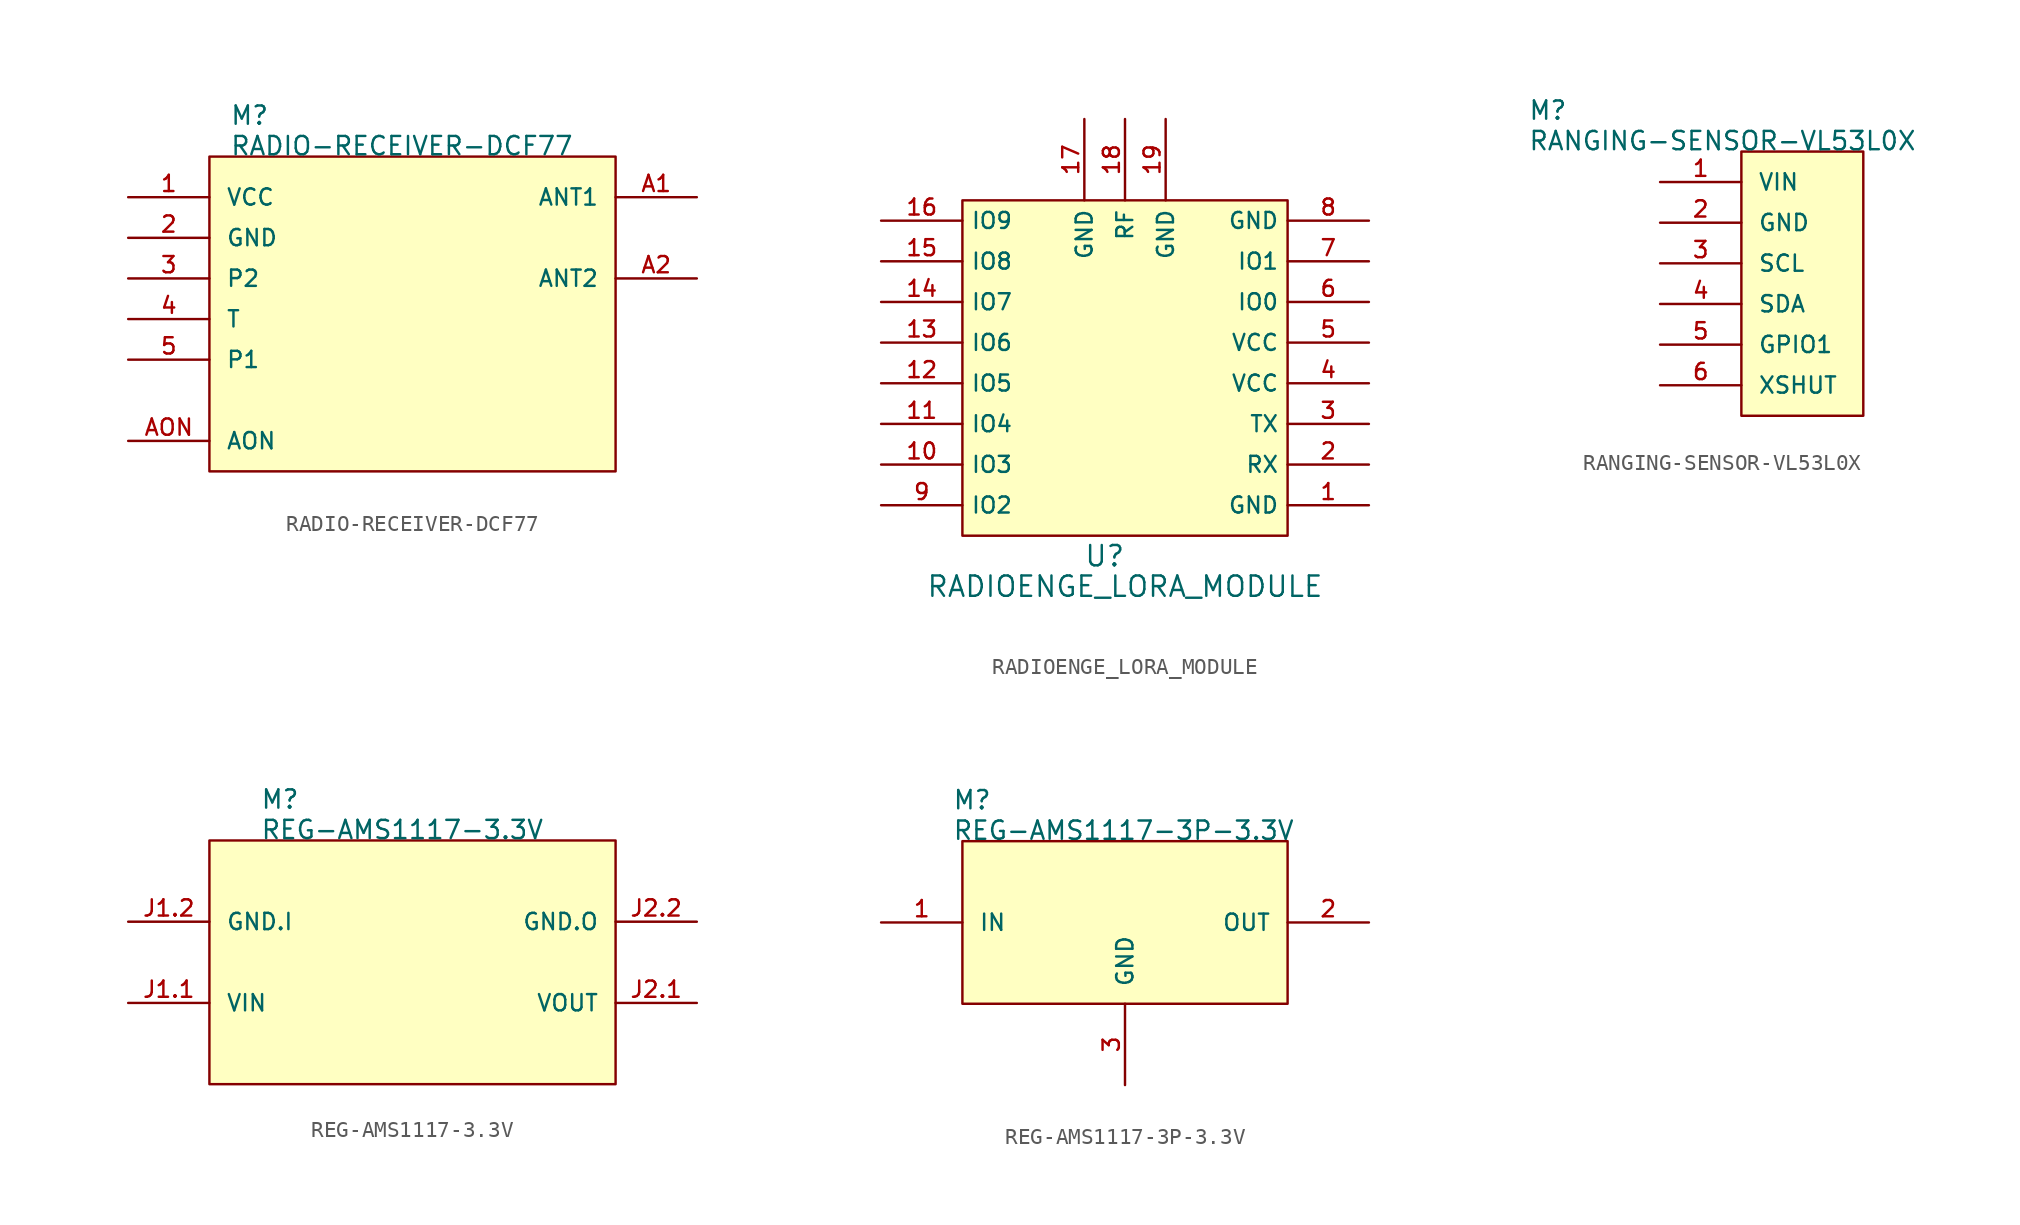
<source format=kicad_sym>
(kicad_symbol_lib
  (version 20231120)
  (generator "kicad_symbol_editor")
  (generator_version "8.0")
  (symbol "RADIO-RECEIVER-DCF77"
    (pin_names
      (offset 1.016))
    (property "Reference" "M"
      (at -10.795 10.795 0)
      (effects (font (size 1.143 1.143)) (justify left bottom)))
    (property "Value" "RADIO-RECEIVER-DCF77"
      (at -10.795 8.89 0)
      (effects (font (size 1.143 1.143)) (justify left bottom)))
    (property "ki_locked" ""
      (at 0 0 0)
      (effects (font (size 1.27 1.27))))
    (symbol "RADIO-RECEIVER-DCF77_1_1"
      (rectangle (start -12.065 8.89) (end 13.335 -10.795) (stroke (width 0) (type default)) (fill (type background)))
      (pin power_in line (at -17.145 6.35 0) (length 5.08) (name "VCC" (effects (font (size 1.016 1.016)))) (number "1" (effects (font (size 1.016 1.016)))))
      (pin power_in line (at -17.145 3.81 0) (length 5.08) (name "GND" (effects (font (size 1.016 1.016)))) (number "2" (effects (font (size 1.016 1.016)))))
      (pin bidirectional line (at -17.145 1.27 0) (length 5.08) (name "P2" (effects (font (size 1.016 1.016)))) (number "3" (effects (font (size 1.016 1.016)))))
      (pin output line (at -17.145 -1.27 0) (length 5.08) (name "T" (effects (font (size 1.016 1.016)))) (number "4" (effects (font (size 1.016 1.016)))))
      (pin bidirectional line (at -17.145 -3.81 0) (length 5.08) (name "P1" (effects (font (size 1.016 1.016)))) (number "5" (effects (font (size 1.016 1.016)))))
      (pin passive line (at 18.415 6.35 180) (length 5.08) (name "ANT1" (effects (font (size 1.016 1.016)))) (number "A1" (effects (font (size 1.016 1.016)))))
      (pin passive line (at 18.415 1.27 180) (length 5.08) (name "ANT2" (effects (font (size 1.016 1.016)))) (number "A2" (effects (font (size 1.016 1.016)))))
      (pin bidirectional line (at -17.145 -8.89 0) (length 5.08) (name "AON" (effects (font (size 1.016 1.016)))) (number "AON" (effects (font (size 1.016 1.016)))))))
  (symbol "RADIOENGE_LORA_MODULE"
    (property "Reference" "U"
      (at -1.27 -12.065 0)
      (effects (font (size 1.27 1.27))))
    (property "Value" "RADIOENGE_LORA_MODULE"
      (at 0 -13.97 0)
      (effects (font (size 1.27 1.27))))
    (symbol "RADIOENGE_LORA_MODULE_0_1"
      (rectangle (start -10.16 10.16) (end 10.16 -10.795) (stroke (width 0) (type default)) (fill (type background))))
    (symbol "RADIOENGE_LORA_MODULE_1_1"
      (pin power_in line (at 15.24 -8.89 180) (length 5.08) (name "GND" (effects (font (size 1 1)))) (number "1" (effects (font (size 1 1)))))
      (pin bidirectional line (at -15.24 -6.35 0) (length 5.08) (name "IO3" (effects (font (size 1 1)))) (number "10" (effects (font (size 1 1)))))
      (pin power_in line (at -15.24 -3.81 0) (length 5.08) (name "IO4" (effects (font (size 1 1)))) (number "11" (effects (font (size 1 1)))))
      (pin bidirectional line (at -15.24 -1.27 0) (length 5.08) (name "IO5" (effects (font (size 1 1)))) (number "12" (effects (font (size 1 1)))))
      (pin power_in line (at -15.24 1.27 0) (length 5.08) (name "IO6" (effects (font (size 1 1)))) (number "13" (effects (font (size 1 1)))))
      (pin power_in line (at -15.24 3.81 0) (length 5.08) (name "IO7" (effects (font (size 1 1)))) (number "14" (effects (font (size 1 1)))))
      (pin power_in line (at -15.24 6.35 0) (length 5.08) (name "IO8" (effects (font (size 1 1)))) (number "15" (effects (font (size 1 1)))))
      (pin power_in line (at -15.24 8.89 0) (length 5.08) (name "IO9" (effects (font (size 1 1)))) (number "16" (effects (font (size 1 1)))))
      (pin power_in line (at -2.54 15.24 270) (length 5.08) (name "GND" (effects (font (size 1 1)))) (number "17" (effects (font (size 1 1)))))
      (pin bidirectional line (at 0 15.24 270) (length 5.08) (name "RF" (effects (font (size 1 1)))) (number "18" (effects (font (size 1 1)))))
      (pin power_in line (at 2.54 15.24 270) (length 5.08) (name "GND" (effects (font (size 1 1)))) (number "19" (effects (font (size 1 1)))))
      (pin input line (at 15.24 -6.35 180) (length 5.08) (name "RX" (effects (font (size 1 1)))) (number "2" (effects (font (size 1 1)))))
      (pin output line (at 15.24 -3.81 180) (length 5.08) (name "TX" (effects (font (size 1 1)))) (number "3" (effects (font (size 1 1)))))
      (pin power_in line (at 15.24 -1.27 180) (length 5.08) (name "VCC" (effects (font (size 1 1)))) (number "4" (effects (font (size 1 1)))))
      (pin power_in line (at 15.24 1.27 180) (length 5.08) (name "VCC" (effects (font (size 1 1)))) (number "5" (effects (font (size 1 1)))))
      (pin bidirectional line (at 15.24 3.81 180) (length 5.08) (name "IO0" (effects (font (size 1 1)))) (number "6" (effects (font (size 1 1)))))
      (pin bidirectional line (at 15.24 6.35 180) (length 5.08) (name "IO1" (effects (font (size 1 1)))) (number "7" (effects (font (size 1 1)))))
      (pin power_in line (at 15.24 8.89 180) (length 5.08) (name "GND" (effects (font (size 1 1)))) (number "8" (effects (font (size 1 1)))))
      (pin bidirectional line (at -15.24 -8.89 0) (length 5.08) (name "IO2" (effects (font (size 1 1)))) (number "9" (effects (font (size 1 1)))))))
  (symbol "RANGING-SENSOR-VL53L0X"
    (pin_names
      (offset 1.016))
    (property "Reference" "M"
      (at -13.335 10.16 0)
      (effects (font (size 1.143 1.143)) (justify left bottom)))
    (property "Value" "RANGING-SENSOR-VL53L0X"
      (at -13.335 8.255 0)
      (effects (font (size 1.143 1.143)) (justify left bottom)))
    (property "ki_locked" ""
      (at 0 0 0)
      (effects (font (size 1.27 1.27))))
    (symbol "RANGING-SENSOR-VL53L0X_1_0"
      (rectangle (start 0 8.255) (end 7.62 -8.255) (stroke (width 0) (type default)) (fill (type background))))
    (symbol "RANGING-SENSOR-VL53L0X_1_1"
      (pin power_in line (at -5.08 6.35 0) (length 5.08) (name "VIN" (effects (font (size 1.016 1.016)))) (number "1" (effects (font (size 1.016 1.016)))))
      (pin power_in line (at -5.08 3.81 0) (length 5.08) (name "GND" (effects (font (size 1.016 1.016)))) (number "2" (effects (font (size 1.016 1.016)))))
      (pin bidirectional line (at -5.08 1.27 0) (length 5.08) (name "SCL" (effects (font (size 1.016 1.016)))) (number "3" (effects (font (size 1.016 1.016)))))
      (pin bidirectional line (at -5.08 -1.27 0) (length 5.08) (name "SDA" (effects (font (size 1.016 1.016)))) (number "4" (effects (font (size 1.016 1.016)))))
      (pin bidirectional line (at -5.08 -3.81 0) (length 5.08) (name "GPIO1" (effects (font (size 1.016 1.016)))) (number "5" (effects (font (size 1.016 1.016)))))
      (pin bidirectional line (at -5.08 -6.35 0) (length 5.08) (name "XSHUT" (effects (font (size 1.016 1.016)))) (number "6" (effects (font (size 1.016 1.016)))))))
  (symbol "REG-AMS1117-3.3V"
    (pin_names
      (offset 1.016))
    (property "Reference" "M"
      (at -9.525 9.525 0)
      (effects (font (size 1.143 1.143)) (justify left bottom)))
    (property "Value" "REG-AMS1117-3.3V"
      (at -9.525 7.62 0)
      (effects (font (size 1.143 1.143)) (justify left bottom)))
    (property "ki_locked" ""
      (at 0 0 0)
      (effects (font (size 1.27 1.27))))
    (symbol "REG-AMS1117-3.3V_1_1"
      (rectangle (start -12.7 7.62) (end 12.7 -7.62) (stroke (width 0) (type default)) (fill (type background)))
      (pin bidirectional line (at -17.78 -2.54 0) (length 5.08) (name "VIN" (effects (font (size 1.016 1.016)))) (number "J1.1" (effects (font (size 1.016 1.016)))))
      (pin bidirectional line (at -17.78 2.54 0) (length 5.08) (name "GND.I" (effects (font (size 1.016 1.016)))) (number "J1.2" (effects (font (size 1.016 1.016)))))
      (pin bidirectional line (at 17.78 -2.54 180) (length 5.08) (name "VOUT" (effects (font (size 1.016 1.016)))) (number "J2.1" (effects (font (size 1.016 1.016)))))
      (pin bidirectional line (at 17.78 2.54 180) (length 5.08) (name "GND.O" (effects (font (size 1.016 1.016)))) (number "J2.2" (effects (font (size 1.016 1.016)))))))
  (symbol "REG-AMS1117-3P-3.3V"
    (pin_names
      (offset 1.016))
    (property "Reference" "M"
      (at -10.795 6.985 0)
      (effects (font (size 1.143 1.143)) (justify left bottom)))
    (property "Value" "REG-AMS1117-3P-3.3V"
      (at -10.795 5.08 0)
      (effects (font (size 1.143 1.143)) (justify left bottom)))
    (property "ki_locked" ""
      (at 0 0 0)
      (effects (font (size 1.27 1.27))))
    (symbol "REG-AMS1117-3P-3.3V_1_1"
      (rectangle (start 10.16 5.08) (end -10.16 -5.08) (stroke (width 0) (type default)) (fill (type background)))
      (pin bidirectional line (at -15.24 0 0) (length 5.08) (name "IN" (effects (font (size 1.016 1.016)))) (number "1" (effects (font (size 1.016 1.016)))))
      (pin bidirectional line (at 15.24 0 180) (length 5.08) (name "OUT" (effects (font (size 1.016 1.016)))) (number "2" (effects (font (size 1.016 1.016)))))
      (pin bidirectional line (at 0 -10.16 90) (length 5.08) (name "GND" (effects (font (size 1.016 1.016)))) (number "3" (effects (font (size 1.016 1.016))))))))
</source>
